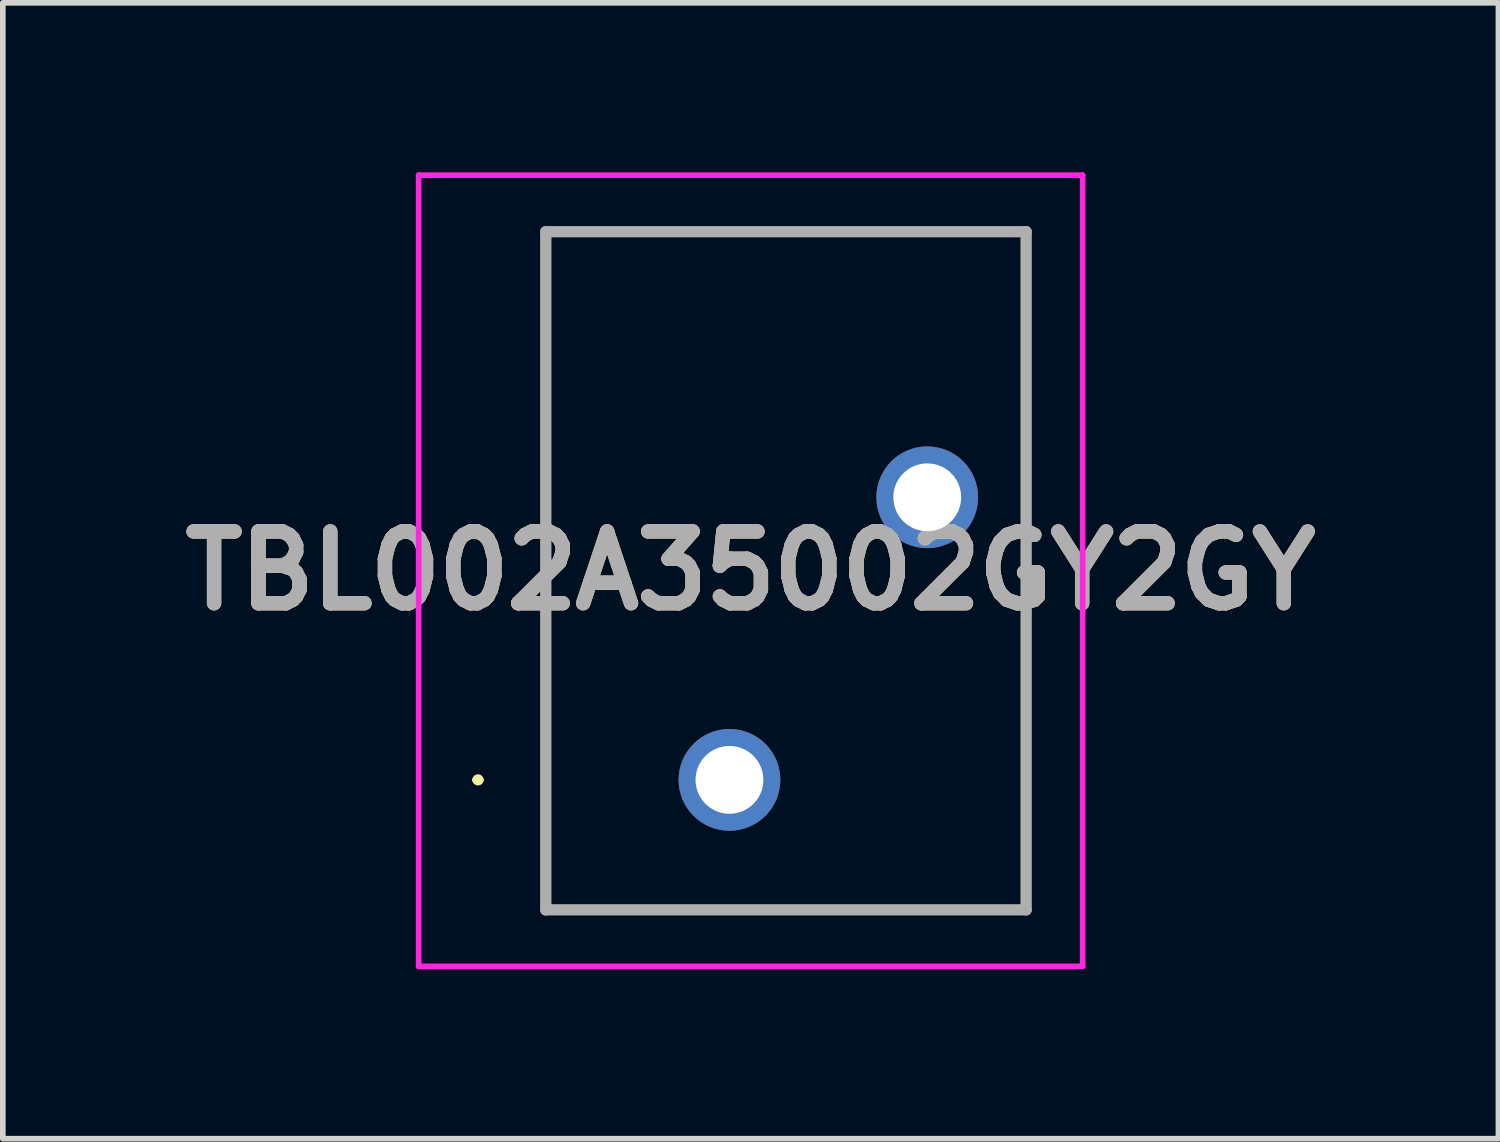
<source format=kicad_pcb>
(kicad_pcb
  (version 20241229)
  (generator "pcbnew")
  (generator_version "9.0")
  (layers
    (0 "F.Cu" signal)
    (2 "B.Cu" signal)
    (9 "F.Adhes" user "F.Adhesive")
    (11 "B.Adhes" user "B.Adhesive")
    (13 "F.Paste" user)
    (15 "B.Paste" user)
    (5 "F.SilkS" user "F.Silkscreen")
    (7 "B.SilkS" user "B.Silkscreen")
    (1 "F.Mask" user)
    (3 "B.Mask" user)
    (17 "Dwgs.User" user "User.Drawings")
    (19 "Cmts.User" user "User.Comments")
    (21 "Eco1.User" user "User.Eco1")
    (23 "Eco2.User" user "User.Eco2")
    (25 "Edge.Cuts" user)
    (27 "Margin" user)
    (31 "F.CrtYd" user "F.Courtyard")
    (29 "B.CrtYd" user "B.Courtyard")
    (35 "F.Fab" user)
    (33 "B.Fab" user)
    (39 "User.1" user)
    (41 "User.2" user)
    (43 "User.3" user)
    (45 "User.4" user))
  (footprint "TBL002A35002GY2GY"
    (layer "F.Cu")
    (at 9.858 10.75)
    (property "Reference" "TBL002A35002GY2GY" (at 0.375 -3.7 0) (layer "F.SilkS") (effects (font (size 1.27 1.27) (thickness 0.254))))
    (attr through_hole)
    (fp_line (start -4.5 0) (end -4.5 0) (stroke (width 0.1) (type solid)) (layer "F.SilkS"))
    (fp_line (start -4.4 0) (end -4.4 0) (stroke (width 0.1) (type solid)) (layer "F.SilkS"))
    (fp_line (start -3.25 -9.7) (end 5.25 -9.7) (stroke (width 0.1) (type solid)) (layer "F.SilkS"))
    (fp_line (start -3.25 2.3) (end -3.25 -9.7) (stroke (width 0.1) (type solid)) (layer "F.SilkS"))
    (fp_line (start 5.25 -9.7) (end 5.25 2.3) (stroke (width 0.1) (type solid)) (layer "F.SilkS"))
    (fp_line (start 5.25 2.3) (end -3.25 2.3) (stroke (width 0.1) (type solid)) (layer "F.SilkS"))
    (fp_arc (start -4.5 0) (mid -4.45 -0.05) (end -4.4 0) (stroke (width 0.1) (type solid)) (layer "F.SilkS"))
    (fp_arc (start -4.4 0) (mid -4.45 0.05) (end -4.5 0) (stroke (width 0.1) (type solid)) (layer "F.SilkS"))
    (fp_line (start -5.5 -10.7) (end 6.25 -10.7) (stroke (width 0.1) (type solid)) (layer "F.CrtYd"))
    (fp_line (start -5.5 3.3) (end -5.5 -10.7) (stroke (width 0.1) (type solid)) (layer "F.CrtYd"))
    (fp_line (start 6.25 -10.7) (end 6.25 3.3) (stroke (width 0.1) (type solid)) (layer "F.CrtYd"))
    (fp_line (start 6.25 3.3) (end -5.5 3.3) (stroke (width 0.1) (type solid)) (layer "F.CrtYd"))
    (fp_line (start -3.25 -9.7) (end 5.25 -9.7) (stroke (width 0.2) (type solid)) (layer "F.Fab"))
    (fp_line (start -3.25 2.3) (end -3.25 -9.7) (stroke (width 0.2) (type solid)) (layer "F.Fab"))
    (fp_line (start 5.25 -9.7) (end 5.25 2.3) (stroke (width 0.2) (type solid)) (layer "F.Fab"))
    (fp_line (start 5.25 2.3) (end -3.25 2.3) (stroke (width 0.2) (type solid)) (layer "F.Fab"))
    (fp_text user "${REFERENCE}" (at 0.375 -3.7 0) (layer "F.Fab") (effects (font (size 1.27 1.27) (thickness 0.254))))
    (pad "A1" thru_hole circle (at 0 0) (size 1.8 1.8) (drill 1.2) (layers "*.Cu" "*.Mask"))
    (pad "B1" thru_hole circle (at 3.5 -5) (size 1.8 1.8) (drill 1.2) (layers "*.Cu" "*.Mask")))
  (gr_rect
    (start -3 -3)
    (end 23.465 17.1)
    (stroke (width 0.1) (type default))
    (fill no)
    (layer "Edge.Cuts")))
</source>
